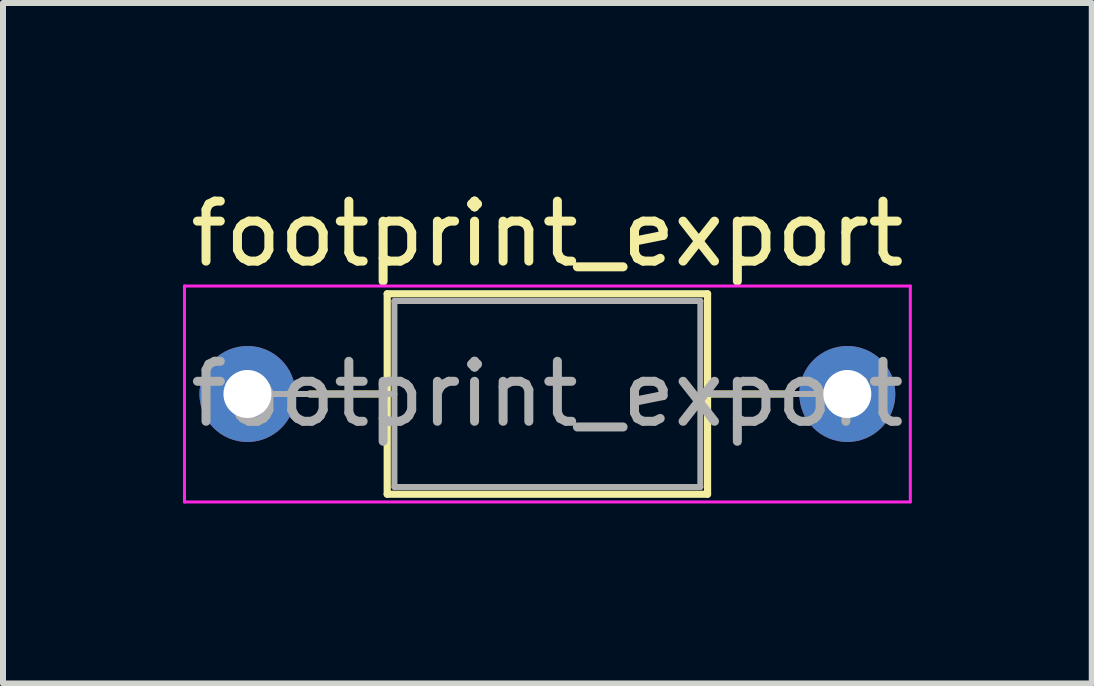
<source format=kicad_pcb>
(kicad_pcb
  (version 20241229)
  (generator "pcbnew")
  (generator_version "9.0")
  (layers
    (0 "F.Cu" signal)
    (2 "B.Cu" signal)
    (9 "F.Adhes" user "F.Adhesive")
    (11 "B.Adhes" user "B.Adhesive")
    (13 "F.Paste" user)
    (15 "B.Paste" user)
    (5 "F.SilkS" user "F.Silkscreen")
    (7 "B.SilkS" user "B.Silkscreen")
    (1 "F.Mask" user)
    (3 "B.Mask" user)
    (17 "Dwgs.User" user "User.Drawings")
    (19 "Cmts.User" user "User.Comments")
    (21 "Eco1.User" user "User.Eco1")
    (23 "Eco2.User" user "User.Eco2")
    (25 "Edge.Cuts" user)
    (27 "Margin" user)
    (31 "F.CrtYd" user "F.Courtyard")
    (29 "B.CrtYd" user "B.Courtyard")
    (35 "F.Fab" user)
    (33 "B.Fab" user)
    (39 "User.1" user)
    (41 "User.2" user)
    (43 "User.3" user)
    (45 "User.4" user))
  (footprint "footprint_export"
    (layer "F.Cu")
    (at 1.075 3.518)
    (property "Reference" "footprint_export" (at 5 -2.67 0) (layer "F.SilkS") (effects (font (size 1 1) (thickness 0.15))))
    (attr through_hole)
    (fp_line (start 1.04 0) (end 2.33 0) (stroke (width 0.12) (type solid)) (layer "F.SilkS"))
    (fp_line (start 2.33 -1.67) (end 2.33 1.67) (stroke (width 0.12) (type solid)) (layer "F.SilkS"))
    (fp_line (start 2.33 1.67) (end 7.67 1.67) (stroke (width 0.12) (type solid)) (layer "F.SilkS"))
    (fp_line (start 7.67 -1.67) (end 2.33 -1.67) (stroke (width 0.12) (type solid)) (layer "F.SilkS"))
    (fp_line (start 7.67 1.67) (end 7.67 -1.67) (stroke (width 0.12) (type solid)) (layer "F.SilkS"))
    (fp_line (start 8.96 0) (end 7.67 0) (stroke (width 0.12) (type solid)) (layer "F.SilkS"))
    (fp_line (start -1.05 -1.8) (end -1.05 1.8) (stroke (width 0.05) (type solid)) (layer "F.CrtYd"))
    (fp_line (start -1.05 1.8) (end 11.05 1.8) (stroke (width 0.05) (type solid)) (layer "F.CrtYd"))
    (fp_line (start 11.05 -1.8) (end -1.05 -1.8) (stroke (width 0.05) (type solid)) (layer "F.CrtYd"))
    (fp_line (start 11.05 1.8) (end 11.05 -1.8) (stroke (width 0.05) (type solid)) (layer "F.CrtYd"))
    (fp_line (start 0 0) (end 2.45 0) (stroke (width 0.1) (type solid)) (layer "F.Fab"))
    (fp_line (start 2.45 -1.55) (end 2.45 1.55) (stroke (width 0.1) (type solid)) (layer "F.Fab"))
    (fp_line (start 2.45 1.55) (end 7.55 1.55) (stroke (width 0.1) (type solid)) (layer "F.Fab"))
    (fp_line (start 7.55 -1.55) (end 2.45 -1.55) (stroke (width 0.1) (type solid)) (layer "F.Fab"))
    (fp_line (start 7.55 1.55) (end 7.55 -1.55) (stroke (width 0.1) (type solid)) (layer "F.Fab"))
    (fp_line (start 10 0) (end 7.55 0) (stroke (width 0.1) (type solid)) (layer "F.Fab"))
    (fp_text user "${REFERENCE}" (at 5 0 0) (layer "F.Fab") (effects (font (size 1 1) (thickness 0.15))))
    (pad "1" thru_hole circle (at 0 0) (size 1.6 1.6) (drill 0.8) (layers "*.Cu" "*.Mask"))
    (pad "2" thru_hole oval (at 10 0) (size 1.6 1.6) (drill 0.8) (layers "*.Cu" "*.Mask")))
  (gr_rect
    (start -3 -3)
    (end 15.15 8.343)
    (stroke (width 0.1) (type default))
    (fill no)
    (layer "Edge.Cuts")))
</source>
